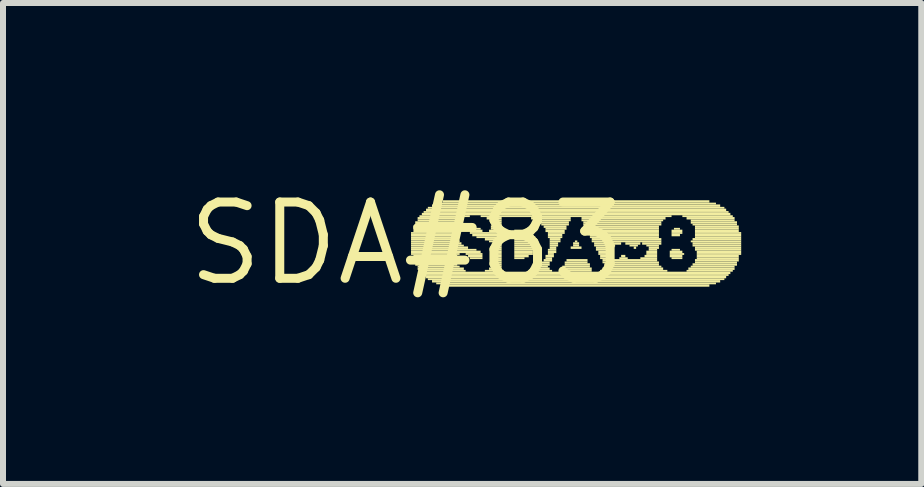
<source format=kicad_pcb>
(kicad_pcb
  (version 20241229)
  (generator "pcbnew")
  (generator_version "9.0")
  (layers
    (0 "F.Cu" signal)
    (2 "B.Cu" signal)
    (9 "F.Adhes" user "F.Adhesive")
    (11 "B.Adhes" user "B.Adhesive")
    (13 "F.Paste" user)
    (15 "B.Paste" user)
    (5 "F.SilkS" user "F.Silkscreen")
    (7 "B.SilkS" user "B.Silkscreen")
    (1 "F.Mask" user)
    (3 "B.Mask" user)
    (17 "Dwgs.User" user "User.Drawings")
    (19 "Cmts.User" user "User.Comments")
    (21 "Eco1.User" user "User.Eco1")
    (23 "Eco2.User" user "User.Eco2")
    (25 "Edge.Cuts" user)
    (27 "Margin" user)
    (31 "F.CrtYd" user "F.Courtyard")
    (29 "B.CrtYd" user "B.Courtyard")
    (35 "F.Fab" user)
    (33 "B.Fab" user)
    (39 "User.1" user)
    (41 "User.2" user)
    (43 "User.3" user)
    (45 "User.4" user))
  (footprint "SDA#83"
    (layer "F.Cu")
    (at 3.727 1.006)
    (property "Reference" "SDA#83" (at 0 0 0) (layer "F.SilkS") (effects (font (size 1.27 1.27) (thickness 0.15))))
    (fp_poly (pts (xy 0.07 -0.16) (xy 0.84 -0.16) (xy 0.84 -0.19) (xy 0.07 -0.19)) (stroke (width 0) (type default)) (fill yes) (layer "F.SilkS"))
    (fp_poly (pts (xy 0.07 -0.12) (xy 0.84 -0.12) (xy 0.84 -0.16) (xy 0.07 -0.16)) (stroke (width 0) (type default)) (fill yes) (layer "F.SilkS"))
    (fp_poly (pts (xy 0.07 -0.09) (xy 0.84 -0.09) (xy 0.84 -0.12) (xy 0.07 -0.12)) (stroke (width 0) (type default)) (fill yes) (layer "F.SilkS"))
    (fp_poly (pts (xy 0.07 -0.05) (xy 0.84 -0.05) (xy 0.84 -0.09) (xy 0.07 -0.09)) (stroke (width 0) (type default)) (fill yes) (layer "F.SilkS"))
    (fp_poly (pts (xy 0.07 -0.02) (xy 0.88 -0.02) (xy 0.88 -0.05) (xy 0.07 -0.05)) (stroke (width 0) (type default)) (fill yes) (layer "F.SilkS"))
    (fp_poly (pts (xy 0.07 0.02) (xy 0.91 0.02) (xy 0.91 -0.02) (xy 0.07 -0.02)) (stroke (width 0) (type default)) (fill yes) (layer "F.SilkS"))
    (fp_poly (pts (xy 0.07 0.05) (xy 0.95 0.05) (xy 0.95 0.02) (xy 0.07 0.02)) (stroke (width 0) (type default)) (fill yes) (layer "F.SilkS"))
    (fp_poly (pts (xy 0.07 0.09) (xy 1.02 0.09) (xy 1.02 0.05) (xy 0.07 0.05)) (stroke (width 0) (type default)) (fill yes) (layer "F.SilkS"))
    (fp_poly (pts (xy 0.07 0.12) (xy 1.16 0.12) (xy 1.16 0.09) (xy 0.07 0.09)) (stroke (width 0) (type default)) (fill yes) (layer "F.SilkS"))
    (fp_poly (pts (xy 0.07 0.16) (xy 1.23 0.16) (xy 1.23 0.12) (xy 0.07 0.12)) (stroke (width 0) (type default)) (fill yes) (layer "F.SilkS"))
    (fp_poly (pts (xy 0.07 0.19) (xy 0.88 0.19) (xy 0.88 0.16) (xy 0.07 0.16)) (stroke (width 0) (type default)) (fill yes) (layer "F.SilkS"))
    (fp_poly (pts (xy 0.11 -0.26) (xy 0.84 -0.26) (xy 0.84 -0.3) (xy 0.11 -0.3)) (stroke (width 0) (type default)) (fill yes) (layer "F.SilkS"))
    (fp_poly (pts (xy 0.11 -0.23) (xy 0.84 -0.23) (xy 0.84 -0.26) (xy 0.11 -0.26)) (stroke (width 0) (type default)) (fill yes) (layer "F.SilkS"))
    (fp_poly (pts (xy 0.11 -0.19) (xy 0.84 -0.19) (xy 0.84 -0.23) (xy 0.11 -0.23)) (stroke (width 0) (type default)) (fill yes) (layer "F.SilkS"))
    (fp_poly (pts (xy 0.11 0.23) (xy 0.84 0.23) (xy 0.84 0.19) (xy 0.11 0.19)) (stroke (width 0) (type default)) (fill yes) (layer "F.SilkS"))
    (fp_poly (pts (xy 0.11 0.26) (xy 0.84 0.26) (xy 0.84 0.23) (xy 0.11 0.23)) (stroke (width 0) (type default)) (fill yes) (layer "F.SilkS"))
    (fp_poly (pts (xy 0.11 0.3) (xy 0.81 0.3) (xy 0.81 0.26) (xy 0.11 0.26)) (stroke (width 0) (type default)) (fill yes) (layer "F.SilkS"))
    (fp_poly (pts (xy 0.14 -0.33) (xy 0.88 -0.33) (xy 0.88 -0.37) (xy 0.14 -0.37)) (stroke (width 0) (type default)) (fill yes) (layer "F.SilkS"))
    (fp_poly (pts (xy 0.14 -0.3) (xy 0.88 -0.3) (xy 0.88 -0.33) (xy 0.14 -0.33)) (stroke (width 0) (type default)) (fill yes) (layer "F.SilkS"))
    (fp_poly (pts (xy 0.14 0.33) (xy 0.84 0.33) (xy 0.84 0.3) (xy 0.14 0.3)) (stroke (width 0) (type default)) (fill yes) (layer "F.SilkS"))
    (fp_poly (pts (xy 0.14 0.37) (xy 0.84 0.37) (xy 0.84 0.33) (xy 0.14 0.33)) (stroke (width 0) (type default)) (fill yes) (layer "F.SilkS"))
    (fp_poly (pts (xy 0.18 -0.4) (xy 0.95 -0.4) (xy 0.95 -0.44) (xy 0.18 -0.44)) (stroke (width 0) (type default)) (fill yes) (layer "F.SilkS"))
    (fp_poly (pts (xy 0.18 -0.37) (xy 0.91 -0.37) (xy 0.91 -0.4) (xy 0.18 -0.4)) (stroke (width 0) (type default)) (fill yes) (layer "F.SilkS"))
    (fp_poly (pts (xy 0.18 0.4) (xy 0.88 0.4) (xy 0.88 0.37) (xy 0.18 0.37)) (stroke (width 0) (type default)) (fill yes) (layer "F.SilkS"))
    (fp_poly (pts (xy 0.18 0.44) (xy 0.95 0.44) (xy 0.95 0.4) (xy 0.18 0.4)) (stroke (width 0) (type default)) (fill yes) (layer "F.SilkS"))
    (fp_poly (pts (xy 0.21 -0.44) (xy 1.05 -0.44) (xy 1.05 -0.47) (xy 0.21 -0.47)) (stroke (width 0) (type default)) (fill yes) (layer "F.SilkS"))
    (fp_poly (pts (xy 0.21 0.47) (xy 0.98 0.47) (xy 0.98 0.44) (xy 0.21 0.44)) (stroke (width 0) (type default)) (fill yes) (layer "F.SilkS"))
    (fp_poly (pts (xy 0.25 -0.47) (xy 5.39 -0.47) (xy 5.39 -0.51) (xy 0.25 -0.51)) (stroke (width 0) (type default)) (fill yes) (layer "F.SilkS"))
    (fp_poly (pts (xy 0.25 0.51) (xy 5.39 0.51) (xy 5.39 0.47) (xy 0.25 0.47)) (stroke (width 0) (type default)) (fill yes) (layer "F.SilkS"))
    (fp_poly (pts (xy 0.28 -0.51) (xy 5.36 -0.51) (xy 5.36 -0.54) (xy 0.28 -0.54)) (stroke (width 0) (type default)) (fill yes) (layer "F.SilkS"))
    (fp_poly (pts (xy 0.28 0.54) (xy 5.36 0.54) (xy 5.36 0.51) (xy 0.28 0.51)) (stroke (width 0) (type default)) (fill yes) (layer "F.SilkS"))
    (fp_poly (pts (xy 0.32 -0.54) (xy 5.32 -0.54) (xy 5.32 -0.58) (xy 0.32 -0.58)) (stroke (width 0) (type default)) (fill yes) (layer "F.SilkS"))
    (fp_poly (pts (xy 0.32 0.58) (xy 5.32 0.58) (xy 5.32 0.54) (xy 0.32 0.54)) (stroke (width 0) (type default)) (fill yes) (layer "F.SilkS"))
    (fp_poly (pts (xy 0.35 -0.58) (xy 5.29 -0.58) (xy 5.29 -0.61) (xy 0.35 -0.61)) (stroke (width 0) (type default)) (fill yes) (layer "F.SilkS"))
    (fp_poly (pts (xy 0.35 0.61) (xy 5.29 0.61) (xy 5.29 0.58) (xy 0.35 0.58)) (stroke (width 0) (type default)) (fill yes) (layer "F.SilkS"))
    (fp_poly (pts (xy 0.42 -0.61) (xy 5.22 -0.61) (xy 5.22 -0.65) (xy 0.42 -0.65)) (stroke (width 0) (type default)) (fill yes) (layer "F.SilkS"))
    (fp_poly (pts (xy 0.42 0.65) (xy 5.22 0.65) (xy 5.22 0.61) (xy 0.42 0.61)) (stroke (width 0) (type default)) (fill yes) (layer "F.SilkS"))
    (fp_poly (pts (xy 0.49 -0.65) (xy 5.15 -0.65) (xy 5.15 -0.68) (xy 0.49 -0.68)) (stroke (width 0) (type default)) (fill yes) (layer "F.SilkS"))
    (fp_poly (pts (xy 0.49 0.68) (xy 5.15 0.68) (xy 5.15 0.65) (xy 0.49 0.65)) (stroke (width 0) (type default)) (fill yes) (layer "F.SilkS"))
    (fp_poly (pts (xy 0.6 -0.68) (xy 5.04 -0.68) (xy 5.04 -0.72) (xy 0.6 -0.72)) (stroke (width 0) (type default)) (fill yes) (layer "F.SilkS"))
    (fp_poly (pts (xy 0.6 0.72) (xy 5.04 0.72) (xy 5.04 0.68) (xy 0.6 0.68)) (stroke (width 0) (type default)) (fill yes) (layer "F.SilkS"))
    (fp_poly (pts (xy 0.98 0.19) (xy 1.26 0.19) (xy 1.26 0.16) (xy 0.98 0.16)) (stroke (width 0) (type default)) (fill yes) (layer "F.SilkS"))
    (fp_poly (pts (xy 1.02 0.23) (xy 1.26 0.23) (xy 1.26 0.19) (xy 1.02 0.19)) (stroke (width 0) (type default)) (fill yes) (layer "F.SilkS"))
    (fp_poly (pts (xy 1.05 -0.19) (xy 1.26 -0.19) (xy 1.26 -0.23) (xy 1.05 -0.23)) (stroke (width 0) (type default)) (fill yes) (layer "F.SilkS"))
    (fp_poly (pts (xy 1.05 -0.16) (xy 1.58 -0.16) (xy 1.58 -0.19) (xy 1.05 -0.19)) (stroke (width 0) (type default)) (fill yes) (layer "F.SilkS"))
    (fp_poly (pts (xy 1.05 0.26) (xy 1.26 0.26) (xy 1.26 0.23) (xy 1.05 0.23)) (stroke (width 0) (type default)) (fill yes) (layer "F.SilkS"))
    (fp_poly (pts (xy 1.09 -0.23) (xy 1.23 -0.23) (xy 1.23 -0.26) (xy 1.09 -0.26)) (stroke (width 0) (type default)) (fill yes) (layer "F.SilkS"))
    (fp_poly (pts (xy 1.09 -0.12) (xy 1.58 -0.12) (xy 1.58 -0.16) (xy 1.09 -0.16)) (stroke (width 0) (type default)) (fill yes) (layer "F.SilkS"))
    (fp_poly (pts (xy 1.16 -0.09) (xy 1.58 -0.09) (xy 1.58 -0.12) (xy 1.16 -0.12)) (stroke (width 0) (type default)) (fill yes) (layer "F.SilkS"))
    (fp_poly (pts (xy 1.23 -0.44) (xy 4.41 -0.44) (xy 4.41 -0.47) (xy 1.23 -0.47)) (stroke (width 0) (type default)) (fill yes) (layer "F.SilkS"))
    (fp_poly (pts (xy 1.3 -0.05) (xy 1.58 -0.05) (xy 1.58 -0.09) (xy 1.3 -0.09)) (stroke (width 0) (type default)) (fill yes) (layer "F.SilkS"))
    (fp_poly (pts (xy 1.3 0.47) (xy 1.61 0.47) (xy 1.61 0.44) (xy 1.3 0.44)) (stroke (width 0) (type default)) (fill yes) (layer "F.SilkS"))
    (fp_poly (pts (xy 1.33 -0.4) (xy 1.58 -0.4) (xy 1.58 -0.44) (xy 1.33 -0.44)) (stroke (width 0) (type default)) (fill yes) (layer "F.SilkS"))
    (fp_poly (pts (xy 1.37 -0.19) (xy 1.58 -0.19) (xy 1.58 -0.23) (xy 1.37 -0.23)) (stroke (width 0) (type default)) (fill yes) (layer "F.SilkS"))
    (fp_poly (pts (xy 1.37 -0.02) (xy 1.58 -0.02) (xy 1.58 -0.05) (xy 1.37 -0.05)) (stroke (width 0) (type default)) (fill yes) (layer "F.SilkS"))
    (fp_poly (pts (xy 1.37 0.44) (xy 1.58 0.44) (xy 1.58 0.4) (xy 1.37 0.4)) (stroke (width 0) (type default)) (fill yes) (layer "F.SilkS"))
    (fp_poly (pts (xy 1.4 -0.37) (xy 1.58 -0.37) (xy 1.58 -0.4) (xy 1.4 -0.4)) (stroke (width 0) (type default)) (fill yes) (layer "F.SilkS"))
    (fp_poly (pts (xy 1.4 -0.26) (xy 1.58 -0.26) (xy 1.58 -0.3) (xy 1.4 -0.3)) (stroke (width 0) (type default)) (fill yes) (layer "F.SilkS"))
    (fp_poly (pts (xy 1.4 -0.23) (xy 1.58 -0.23) (xy 1.58 -0.26) (xy 1.4 -0.26)) (stroke (width 0) (type default)) (fill yes) (layer "F.SilkS"))
    (fp_poly (pts (xy 1.4 0.4) (xy 1.58 0.4) (xy 1.58 0.37) (xy 1.4 0.37)) (stroke (width 0) (type default)) (fill yes) (layer "F.SilkS"))
    (fp_poly (pts (xy 1.44 -0.33) (xy 1.58 -0.33) (xy 1.58 -0.37) (xy 1.44 -0.37)) (stroke (width 0) (type default)) (fill yes) (layer "F.SilkS"))
    (fp_poly (pts (xy 1.44 -0.3) (xy 1.58 -0.3) (xy 1.58 -0.33) (xy 1.44 -0.33)) (stroke (width 0) (type default)) (fill yes) (layer "F.SilkS"))
    (fp_poly (pts (xy 1.44 0.02) (xy 1.58 0.02) (xy 1.58 -0.02) (xy 1.44 -0.02)) (stroke (width 0) (type default)) (fill yes) (layer "F.SilkS"))
    (fp_poly (pts (xy 1.44 0.05) (xy 1.58 0.05) (xy 1.58 0.02) (xy 1.44 0.02)) (stroke (width 0) (type default)) (fill yes) (layer "F.SilkS"))
    (fp_poly (pts (xy 1.44 0.37) (xy 1.58 0.37) (xy 1.58 0.33) (xy 1.44 0.33)) (stroke (width 0) (type default)) (fill yes) (layer "F.SilkS"))
    (fp_poly (pts (xy 1.47 0.09) (xy 1.58 0.09) (xy 1.58 0.05) (xy 1.47 0.05)) (stroke (width 0) (type default)) (fill yes) (layer "F.SilkS"))
    (fp_poly (pts (xy 1.47 0.12) (xy 1.58 0.12) (xy 1.58 0.09) (xy 1.47 0.09)) (stroke (width 0) (type default)) (fill yes) (layer "F.SilkS"))
    (fp_poly (pts (xy 1.47 0.16) (xy 1.58 0.16) (xy 1.58 0.12) (xy 1.47 0.12)) (stroke (width 0) (type default)) (fill yes) (layer "F.SilkS"))
    (fp_poly (pts (xy 1.47 0.19) (xy 1.58 0.19) (xy 1.58 0.16) (xy 1.47 0.16)) (stroke (width 0) (type default)) (fill yes) (layer "F.SilkS"))
    (fp_poly (pts (xy 1.47 0.23) (xy 1.58 0.23) (xy 1.58 0.19) (xy 1.47 0.19)) (stroke (width 0) (type default)) (fill yes) (layer "F.SilkS"))
    (fp_poly (pts (xy 1.47 0.26) (xy 1.58 0.26) (xy 1.58 0.23) (xy 1.47 0.23)) (stroke (width 0) (type default)) (fill yes) (layer "F.SilkS"))
    (fp_poly (pts (xy 1.47 0.3) (xy 1.58 0.3) (xy 1.58 0.26) (xy 1.47 0.26)) (stroke (width 0) (type default)) (fill yes) (layer "F.SilkS"))
    (fp_poly (pts (xy 1.47 0.33) (xy 1.58 0.33) (xy 1.58 0.3) (xy 1.47 0.3)) (stroke (width 0) (type default)) (fill yes) (layer "F.SilkS"))
    (fp_poly (pts (xy 1.79 -0.19) (xy 2 -0.19) (xy 2 -0.23) (xy 1.79 -0.23)) (stroke (width 0) (type default)) (fill yes) (layer "F.SilkS"))
    (fp_poly (pts (xy 1.79 -0.16) (xy 2.07 -0.16) (xy 2.07 -0.19) (xy 1.79 -0.19)) (stroke (width 0) (type default)) (fill yes) (layer "F.SilkS"))
    (fp_poly (pts (xy 1.79 -0.12) (xy 2.1 -0.12) (xy 2.1 -0.16) (xy 1.79 -0.16)) (stroke (width 0) (type default)) (fill yes) (layer "F.SilkS"))
    (fp_poly (pts (xy 1.79 -0.09) (xy 2.14 -0.09) (xy 2.14 -0.12) (xy 1.79 -0.12)) (stroke (width 0) (type default)) (fill yes) (layer "F.SilkS"))
    (fp_poly (pts (xy 1.79 -0.05) (xy 2.14 -0.05) (xy 2.14 -0.09) (xy 1.79 -0.09)) (stroke (width 0) (type default)) (fill yes) (layer "F.SilkS"))
    (fp_poly (pts (xy 1.79 -0.02) (xy 2.14 -0.02) (xy 2.14 -0.05) (xy 1.79 -0.05)) (stroke (width 0) (type default)) (fill yes) (layer "F.SilkS"))
    (fp_poly (pts (xy 1.79 0.02) (xy 2.14 0.02) (xy 2.14 -0.02) (xy 1.79 -0.02)) (stroke (width 0) (type default)) (fill yes) (layer "F.SilkS"))
    (fp_poly (pts (xy 1.79 0.05) (xy 2.14 0.05) (xy 2.14 0.02) (xy 1.79 0.02)) (stroke (width 0) (type default)) (fill yes) (layer "F.SilkS"))
    (fp_poly (pts (xy 1.79 0.09) (xy 2.14 0.09) (xy 2.14 0.05) (xy 1.79 0.05)) (stroke (width 0) (type default)) (fill yes) (layer "F.SilkS"))
    (fp_poly (pts (xy 1.79 0.12) (xy 2.14 0.12) (xy 2.14 0.09) (xy 1.79 0.09)) (stroke (width 0) (type default)) (fill yes) (layer "F.SilkS"))
    (fp_poly (pts (xy 1.79 0.16) (xy 2.1 0.16) (xy 2.1 0.12) (xy 1.79 0.12)) (stroke (width 0) (type default)) (fill yes) (layer "F.SilkS"))
    (fp_poly (pts (xy 1.79 0.19) (xy 2.1 0.19) (xy 2.1 0.16) (xy 1.79 0.16)) (stroke (width 0) (type default)) (fill yes) (layer "F.SilkS"))
    (fp_poly (pts (xy 1.79 0.23) (xy 2.03 0.23) (xy 2.03 0.19) (xy 1.79 0.19)) (stroke (width 0) (type default)) (fill yes) (layer "F.SilkS"))
    (fp_poly (pts (xy 1.79 0.26) (xy 1.96 0.26) (xy 1.96 0.23) (xy 1.79 0.23)) (stroke (width 0) (type default)) (fill yes) (layer "F.SilkS"))
    (fp_poly (pts (xy 2.03 0.47) (xy 2.42 0.47) (xy 2.42 0.44) (xy 2.03 0.44)) (stroke (width 0) (type default)) (fill yes) (layer "F.SilkS"))
    (fp_poly (pts (xy 2.07 -0.4) (xy 2.73 -0.4) (xy 2.73 -0.44) (xy 2.07 -0.44)) (stroke (width 0) (type default)) (fill yes) (layer "F.SilkS"))
    (fp_poly (pts (xy 2.14 -0.37) (xy 2.73 -0.37) (xy 2.73 -0.4) (xy 2.14 -0.4)) (stroke (width 0) (type default)) (fill yes) (layer "F.SilkS"))
    (fp_poly (pts (xy 2.14 0.44) (xy 2.38 0.44) (xy 2.38 0.4) (xy 2.14 0.4)) (stroke (width 0) (type default)) (fill yes) (layer "F.SilkS"))
    (fp_poly (pts (xy 2.17 0.4) (xy 2.35 0.4) (xy 2.35 0.37) (xy 2.17 0.37)) (stroke (width 0) (type default)) (fill yes) (layer "F.SilkS"))
    (fp_poly (pts (xy 2.21 -0.33) (xy 2.7 -0.33) (xy 2.7 -0.37) (xy 2.21 -0.37)) (stroke (width 0) (type default)) (fill yes) (layer "F.SilkS"))
    (fp_poly (pts (xy 2.21 0.37) (xy 2.38 0.37) (xy 2.38 0.33) (xy 2.21 0.33)) (stroke (width 0) (type default)) (fill yes) (layer "F.SilkS"))
    (fp_poly (pts (xy 2.24 -0.3) (xy 2.7 -0.3) (xy 2.7 -0.33) (xy 2.24 -0.33)) (stroke (width 0) (type default)) (fill yes) (layer "F.SilkS"))
    (fp_poly (pts (xy 2.24 0.33) (xy 2.38 0.33) (xy 2.38 0.3) (xy 2.24 0.3)) (stroke (width 0) (type default)) (fill yes) (layer "F.SilkS"))
    (fp_poly (pts (xy 2.28 -0.26) (xy 2.66 -0.26) (xy 2.66 -0.3) (xy 2.28 -0.3)) (stroke (width 0) (type default)) (fill yes) (layer "F.SilkS"))
    (fp_poly (pts (xy 2.28 0.3) (xy 2.42 0.3) (xy 2.42 0.26) (xy 2.28 0.26)) (stroke (width 0) (type default)) (fill yes) (layer "F.SilkS"))
    (fp_poly (pts (xy 2.31 -0.23) (xy 2.66 -0.23) (xy 2.66 -0.26) (xy 2.31 -0.26)) (stroke (width 0) (type default)) (fill yes) (layer "F.SilkS"))
    (fp_poly (pts (xy 2.31 -0.19) (xy 2.63 -0.19) (xy 2.63 -0.23) (xy 2.31 -0.23)) (stroke (width 0) (type default)) (fill yes) (layer "F.SilkS"))
    (fp_poly (pts (xy 2.31 0.23) (xy 2.45 0.23) (xy 2.45 0.19) (xy 2.31 0.19)) (stroke (width 0) (type default)) (fill yes) (layer "F.SilkS"))
    (fp_poly (pts (xy 2.31 0.26) (xy 2.42 0.26) (xy 2.42 0.23) (xy 2.31 0.23)) (stroke (width 0) (type default)) (fill yes) (layer "F.SilkS"))
    (fp_poly (pts (xy 2.35 -0.16) (xy 2.63 -0.16) (xy 2.63 -0.19) (xy 2.35 -0.19)) (stroke (width 0) (type default)) (fill yes) (layer "F.SilkS"))
    (fp_poly (pts (xy 2.35 -0.12) (xy 2.59 -0.12) (xy 2.59 -0.16) (xy 2.35 -0.16)) (stroke (width 0) (type default)) (fill yes) (layer "F.SilkS"))
    (fp_poly (pts (xy 2.35 -0.09) (xy 2.59 -0.09) (xy 2.59 -0.12) (xy 2.35 -0.12)) (stroke (width 0) (type default)) (fill yes) (layer "F.SilkS"))
    (fp_poly (pts (xy 2.35 0.12) (xy 2.49 0.12) (xy 2.49 0.09) (xy 2.35 0.09)) (stroke (width 0) (type default)) (fill yes) (layer "F.SilkS"))
    (fp_poly (pts (xy 2.35 0.16) (xy 2.49 0.16) (xy 2.49 0.12) (xy 2.35 0.12)) (stroke (width 0) (type default)) (fill yes) (layer "F.SilkS"))
    (fp_poly (pts (xy 2.35 0.19) (xy 2.45 0.19) (xy 2.45 0.16) (xy 2.35 0.16)) (stroke (width 0) (type default)) (fill yes) (layer "F.SilkS"))
    (fp_poly (pts (xy 2.38 -0.05) (xy 2.56 -0.05) (xy 2.56 -0.09) (xy 2.38 -0.09)) (stroke (width 0) (type default)) (fill yes) (layer "F.SilkS"))
    (fp_poly (pts (xy 2.38 -0.02) (xy 2.56 -0.02) (xy 2.56 -0.05) (xy 2.38 -0.05)) (stroke (width 0) (type default)) (fill yes) (layer "F.SilkS"))
    (fp_poly (pts (xy 2.38 0.02) (xy 2.52 0.02) (xy 2.52 -0.02) (xy 2.38 -0.02)) (stroke (width 0) (type default)) (fill yes) (layer "F.SilkS"))
    (fp_poly (pts (xy 2.38 0.05) (xy 2.52 0.05) (xy 2.52 0.02) (xy 2.38 0.02)) (stroke (width 0) (type default)) (fill yes) (layer "F.SilkS"))
    (fp_poly (pts (xy 2.38 0.09) (xy 2.49 0.09) (xy 2.49 0.05) (xy 2.38 0.05)) (stroke (width 0) (type default)) (fill yes) (layer "F.SilkS"))
    (fp_poly (pts (xy 2.56 0.47) (xy 3.08 0.47) (xy 3.08 0.44) (xy 2.56 0.44)) (stroke (width 0) (type default)) (fill yes) (layer "F.SilkS"))
    (fp_poly (pts (xy 2.59 0.4) (xy 3.05 0.4) (xy 3.05 0.37) (xy 2.59 0.37)) (stroke (width 0) (type default)) (fill yes) (layer "F.SilkS"))
    (fp_poly (pts (xy 2.59 0.44) (xy 3.08 0.44) (xy 3.08 0.4) (xy 2.59 0.4)) (stroke (width 0) (type default)) (fill yes) (layer "F.SilkS"))
    (fp_poly (pts (xy 2.63 0.33) (xy 3.01 0.33) (xy 3.01 0.3) (xy 2.63 0.3)) (stroke (width 0) (type default)) (fill yes) (layer "F.SilkS"))
    (fp_poly (pts (xy 2.63 0.37) (xy 3.05 0.37) (xy 3.05 0.33) (xy 2.63 0.33)) (stroke (width 0) (type default)) (fill yes) (layer "F.SilkS"))
    (fp_poly (pts (xy 2.66 0.3) (xy 3.01 0.3) (xy 3.01 0.26) (xy 2.66 0.26)) (stroke (width 0) (type default)) (fill yes) (layer "F.SilkS"))
    (fp_poly (pts (xy 2.73 0.09) (xy 2.91 0.09) (xy 2.91 0.05) (xy 2.73 0.05)) (stroke (width 0) (type default)) (fill yes) (layer "F.SilkS"))
    (fp_poly (pts (xy 2.77 0.02) (xy 2.87 0.02) (xy 2.87 -0.02) (xy 2.77 -0.02)) (stroke (width 0) (type default)) (fill yes) (layer "F.SilkS"))
    (fp_poly (pts (xy 2.77 0.05) (xy 2.87 0.05) (xy 2.87 0.02) (xy 2.77 0.02)) (stroke (width 0) (type default)) (fill yes) (layer "F.SilkS"))
    (fp_poly (pts (xy 2.8 -0.02) (xy 2.84 -0.02) (xy 2.84 -0.05) (xy 2.8 -0.05)) (stroke (width 0) (type default)) (fill yes) (layer "F.SilkS"))
    (fp_poly (pts (xy 2.91 -0.4) (xy 4.31 -0.4) (xy 4.31 -0.44) (xy 2.91 -0.44)) (stroke (width 0) (type default)) (fill yes) (layer "F.SilkS"))
    (fp_poly (pts (xy 2.91 -0.37) (xy 4.27 -0.37) (xy 4.27 -0.4) (xy 2.91 -0.4)) (stroke (width 0) (type default)) (fill yes) (layer "F.SilkS"))
    (fp_poly (pts (xy 2.94 -0.33) (xy 4.24 -0.33) (xy 4.24 -0.37) (xy 2.94 -0.37)) (stroke (width 0) (type default)) (fill yes) (layer "F.SilkS"))
    (fp_poly (pts (xy 2.94 -0.3) (xy 4.24 -0.3) (xy 4.24 -0.33) (xy 2.94 -0.33)) (stroke (width 0) (type default)) (fill yes) (layer "F.SilkS"))
    (fp_poly (pts (xy 2.98 -0.26) (xy 4.2 -0.26) (xy 4.2 -0.3) (xy 2.98 -0.3)) (stroke (width 0) (type default)) (fill yes) (layer "F.SilkS"))
    (fp_poly (pts (xy 2.98 -0.23) (xy 4.2 -0.23) (xy 4.2 -0.26) (xy 2.98 -0.26)) (stroke (width 0) (type default)) (fill yes) (layer "F.SilkS"))
    (fp_poly (pts (xy 3.01 -0.19) (xy 4.2 -0.19) (xy 4.2 -0.23) (xy 3.01 -0.23)) (stroke (width 0) (type default)) (fill yes) (layer "F.SilkS"))
    (fp_poly (pts (xy 3.01 -0.16) (xy 4.2 -0.16) (xy 4.2 -0.19) (xy 3.01 -0.19)) (stroke (width 0) (type default)) (fill yes) (layer "F.SilkS"))
    (fp_poly (pts (xy 3.05 -0.12) (xy 4.2 -0.12) (xy 4.2 -0.16) (xy 3.05 -0.16)) (stroke (width 0) (type default)) (fill yes) (layer "F.SilkS"))
    (fp_poly (pts (xy 3.05 -0.09) (xy 4.2 -0.09) (xy 4.2 -0.12) (xy 3.05 -0.12)) (stroke (width 0) (type default)) (fill yes) (layer "F.SilkS"))
    (fp_poly (pts (xy 3.08 -0.05) (xy 4.24 -0.05) (xy 4.24 -0.09) (xy 3.08 -0.09)) (stroke (width 0) (type default)) (fill yes) (layer "F.SilkS"))
    (fp_poly (pts (xy 3.08 -0.02) (xy 4.24 -0.02) (xy 4.24 -0.05) (xy 3.08 -0.05)) (stroke (width 0) (type default)) (fill yes) (layer "F.SilkS"))
    (fp_poly (pts (xy 3.12 0.02) (xy 3.57 0.02) (xy 3.57 -0.02) (xy 3.12 -0.02)) (stroke (width 0) (type default)) (fill yes) (layer "F.SilkS"))
    (fp_poly (pts (xy 3.12 0.05) (xy 3.47 0.05) (xy 3.47 0.02) (xy 3.12 0.02)) (stroke (width 0) (type default)) (fill yes) (layer "F.SilkS"))
    (fp_poly (pts (xy 3.15 0.09) (xy 3.43 0.09) (xy 3.43 0.05) (xy 3.15 0.05)) (stroke (width 0) (type default)) (fill yes) (layer "F.SilkS"))
    (fp_poly (pts (xy 3.15 0.12) (xy 3.4 0.12) (xy 3.4 0.09) (xy 3.15 0.09)) (stroke (width 0) (type default)) (fill yes) (layer "F.SilkS"))
    (fp_poly (pts (xy 3.19 0.16) (xy 3.36 0.16) (xy 3.36 0.12) (xy 3.19 0.12)) (stroke (width 0) (type default)) (fill yes) (layer "F.SilkS"))
    (fp_poly (pts (xy 3.19 0.19) (xy 3.36 0.19) (xy 3.36 0.16) (xy 3.19 0.16)) (stroke (width 0) (type default)) (fill yes) (layer "F.SilkS"))
    (fp_poly (pts (xy 3.22 0.23) (xy 3.4 0.23) (xy 3.4 0.19) (xy 3.22 0.19)) (stroke (width 0) (type default)) (fill yes) (layer "F.SilkS"))
    (fp_poly (pts (xy 3.22 0.26) (xy 3.43 0.26) (xy 3.43 0.23) (xy 3.22 0.23)) (stroke (width 0) (type default)) (fill yes) (layer "F.SilkS"))
    (fp_poly (pts (xy 3.22 0.47) (xy 4.34 0.47) (xy 4.34 0.44) (xy 3.22 0.44)) (stroke (width 0) (type default)) (fill yes) (layer "F.SilkS"))
    (fp_poly (pts (xy 3.26 0.3) (xy 4.17 0.3) (xy 4.17 0.26) (xy 3.26 0.26)) (stroke (width 0) (type default)) (fill yes) (layer "F.SilkS"))
    (fp_poly (pts (xy 3.26 0.33) (xy 4.2 0.33) (xy 4.2 0.3) (xy 3.26 0.3)) (stroke (width 0) (type default)) (fill yes) (layer "F.SilkS"))
    (fp_poly (pts (xy 3.26 0.44) (xy 4.27 0.44) (xy 4.27 0.4) (xy 3.26 0.4)) (stroke (width 0) (type default)) (fill yes) (layer "F.SilkS"))
    (fp_poly (pts (xy 3.29 0.37) (xy 4.2 0.37) (xy 4.2 0.33) (xy 3.29 0.33)) (stroke (width 0) (type default)) (fill yes) (layer "F.SilkS"))
    (fp_poly (pts (xy 3.29 0.4) (xy 4.24 0.4) (xy 4.24 0.37) (xy 3.29 0.37)) (stroke (width 0) (type default)) (fill yes) (layer "F.SilkS"))
    (fp_poly (pts (xy 3.54 0.26) (xy 3.68 0.26) (xy 3.68 0.23) (xy 3.54 0.23)) (stroke (width 0) (type default)) (fill yes) (layer "F.SilkS"))
    (fp_poly (pts (xy 3.57 0.23) (xy 3.64 0.23) (xy 3.64 0.19) (xy 3.57 0.19)) (stroke (width 0) (type default)) (fill yes) (layer "F.SilkS"))
    (fp_poly (pts (xy 3.64 0.02) (xy 3.89 0.02) (xy 3.89 -0.02) (xy 3.64 -0.02)) (stroke (width 0) (type default)) (fill yes) (layer "F.SilkS"))
    (fp_poly (pts (xy 3.71 0.05) (xy 3.85 0.05) (xy 3.85 0.02) (xy 3.71 0.02)) (stroke (width 0) (type default)) (fill yes) (layer "F.SilkS"))
    (fp_poly (pts (xy 3.78 0.09) (xy 3.82 0.09) (xy 3.82 0.05) (xy 3.78 0.05)) (stroke (width 0) (type default)) (fill yes) (layer "F.SilkS"))
    (fp_poly (pts (xy 3.89 0.26) (xy 4.17 0.26) (xy 4.17 0.23) (xy 3.89 0.23)) (stroke (width 0) (type default)) (fill yes) (layer "F.SilkS"))
    (fp_poly (pts (xy 3.92 0.02) (xy 4.24 0.02) (xy 4.24 -0.02) (xy 3.92 -0.02)) (stroke (width 0) (type default)) (fill yes) (layer "F.SilkS"))
    (fp_poly (pts (xy 3.96 0.23) (xy 4.17 0.23) (xy 4.17 0.19) (xy 3.96 0.19)) (stroke (width 0) (type default)) (fill yes) (layer "F.SilkS"))
    (fp_poly (pts (xy 3.99 0.05) (xy 4.2 0.05) (xy 4.2 0.02) (xy 3.99 0.02)) (stroke (width 0) (type default)) (fill yes) (layer "F.SilkS"))
    (fp_poly (pts (xy 3.99 0.16) (xy 4.17 0.16) (xy 4.17 0.12) (xy 3.99 0.12)) (stroke (width 0) (type default)) (fill yes) (layer "F.SilkS"))
    (fp_poly (pts (xy 3.99 0.19) (xy 4.17 0.19) (xy 4.17 0.16) (xy 3.99 0.16)) (stroke (width 0) (type default)) (fill yes) (layer "F.SilkS"))
    (fp_poly (pts (xy 4.03 0.09) (xy 4.2 0.09) (xy 4.2 0.05) (xy 4.03 0.05)) (stroke (width 0) (type default)) (fill yes) (layer "F.SilkS"))
    (fp_poly (pts (xy 4.03 0.12) (xy 4.17 0.12) (xy 4.17 0.09) (xy 4.03 0.09)) (stroke (width 0) (type default)) (fill yes) (layer "F.SilkS"))
    (fp_poly (pts (xy 4.38 0.16) (xy 4.59 0.16) (xy 4.59 0.12) (xy 4.38 0.12)) (stroke (width 0) (type default)) (fill yes) (layer "F.SilkS"))
    (fp_poly (pts (xy 4.38 0.19) (xy 4.62 0.19) (xy 4.62 0.16) (xy 4.38 0.16)) (stroke (width 0) (type default)) (fill yes) (layer "F.SilkS"))
    (fp_poly (pts (xy 4.38 0.23) (xy 4.59 0.23) (xy 4.59 0.19) (xy 4.38 0.19)) (stroke (width 0) (type default)) (fill yes) (layer "F.SilkS"))
    (fp_poly (pts (xy 4.41 -0.19) (xy 4.59 -0.19) (xy 4.59 -0.23) (xy 4.41 -0.23)) (stroke (width 0) (type default)) (fill yes) (layer "F.SilkS"))
    (fp_poly (pts (xy 4.41 -0.16) (xy 4.59 -0.16) (xy 4.59 -0.19) (xy 4.41 -0.19)) (stroke (width 0) (type default)) (fill yes) (layer "F.SilkS"))
    (fp_poly (pts (xy 4.41 -0.12) (xy 4.55 -0.12) (xy 4.55 -0.16) (xy 4.41 -0.16)) (stroke (width 0) (type default)) (fill yes) (layer "F.SilkS"))
    (fp_poly (pts (xy 4.41 0.12) (xy 4.55 0.12) (xy 4.55 0.09) (xy 4.41 0.09)) (stroke (width 0) (type default)) (fill yes) (layer "F.SilkS"))
    (fp_poly (pts (xy 4.41 0.26) (xy 4.59 0.26) (xy 4.59 0.23) (xy 4.41 0.23)) (stroke (width 0) (type default)) (fill yes) (layer "F.SilkS"))
    (fp_poly (pts (xy 4.45 -0.23) (xy 4.55 -0.23) (xy 4.55 -0.26) (xy 4.45 -0.26)) (stroke (width 0) (type default)) (fill yes) (layer "F.SilkS"))
    (fp_poly (pts (xy 4.59 -0.44) (xy 5.43 -0.44) (xy 5.43 -0.47) (xy 4.59 -0.47)) (stroke (width 0) (type default)) (fill yes) (layer "F.SilkS"))
    (fp_poly (pts (xy 4.66 -0.4) (xy 5.46 -0.4) (xy 5.46 -0.44) (xy 4.66 -0.44)) (stroke (width 0) (type default)) (fill yes) (layer "F.SilkS"))
    (fp_poly (pts (xy 4.66 0.47) (xy 5.43 0.47) (xy 5.43 0.44) (xy 4.66 0.44)) (stroke (width 0) (type default)) (fill yes) (layer "F.SilkS"))
    (fp_poly (pts (xy 4.69 0.44) (xy 5.46 0.44) (xy 5.46 0.4) (xy 4.69 0.4)) (stroke (width 0) (type default)) (fill yes) (layer "F.SilkS"))
    (fp_poly (pts (xy 4.73 -0.37) (xy 5.46 -0.37) (xy 5.46 -0.4) (xy 4.73 -0.4)) (stroke (width 0) (type default)) (fill yes) (layer "F.SilkS"))
    (fp_poly (pts (xy 4.73 -0.33) (xy 5.5 -0.33) (xy 5.5 -0.37) (xy 4.73 -0.37)) (stroke (width 0) (type default)) (fill yes) (layer "F.SilkS"))
    (fp_poly (pts (xy 4.73 -0.02) (xy 5.57 -0.02) (xy 5.57 -0.05) (xy 4.73 -0.05)) (stroke (width 0) (type default)) (fill yes) (layer "F.SilkS"))
    (fp_poly (pts (xy 4.73 0.4) (xy 5.46 0.4) (xy 5.46 0.37) (xy 4.73 0.37)) (stroke (width 0) (type default)) (fill yes) (layer "F.SilkS"))
    (fp_poly (pts (xy 4.76 -0.3) (xy 5.5 -0.3) (xy 5.5 -0.33) (xy 4.76 -0.33)) (stroke (width 0) (type default)) (fill yes) (layer "F.SilkS"))
    (fp_poly (pts (xy 4.76 -0.05) (xy 5.57 -0.05) (xy 5.57 -0.09) (xy 4.76 -0.09)) (stroke (width 0) (type default)) (fill yes) (layer "F.SilkS"))
    (fp_poly (pts (xy 4.76 0.02) (xy 5.57 0.02) (xy 5.57 -0.02) (xy 4.76 -0.02)) (stroke (width 0) (type default)) (fill yes) (layer "F.SilkS"))
    (fp_poly (pts (xy 4.76 0.05) (xy 5.57 0.05) (xy 5.57 0.02) (xy 4.76 0.02)) (stroke (width 0) (type default)) (fill yes) (layer "F.SilkS"))
    (fp_poly (pts (xy 4.76 0.37) (xy 5.5 0.37) (xy 5.5 0.33) (xy 4.76 0.33)) (stroke (width 0) (type default)) (fill yes) (layer "F.SilkS"))
    (fp_poly (pts (xy 4.8 -0.26) (xy 5.53 -0.26) (xy 5.53 -0.3) (xy 4.8 -0.3)) (stroke (width 0) (type default)) (fill yes) (layer "F.SilkS"))
    (fp_poly (pts (xy 4.8 -0.23) (xy 5.53 -0.23) (xy 5.53 -0.26) (xy 4.8 -0.26)) (stroke (width 0) (type default)) (fill yes) (layer "F.SilkS"))
    (fp_poly (pts (xy 4.8 -0.19) (xy 5.53 -0.19) (xy 5.53 -0.23) (xy 4.8 -0.23)) (stroke (width 0) (type default)) (fill yes) (layer "F.SilkS"))
    (fp_poly (pts (xy 4.8 -0.16) (xy 5.57 -0.16) (xy 5.57 -0.19) (xy 4.8 -0.19)) (stroke (width 0) (type default)) (fill yes) (layer "F.SilkS"))
    (fp_poly (pts (xy 4.8 -0.12) (xy 5.57 -0.12) (xy 5.57 -0.16) (xy 4.8 -0.16)) (stroke (width 0) (type default)) (fill yes) (layer "F.SilkS"))
    (fp_poly (pts (xy 4.8 -0.09) (xy 5.57 -0.09) (xy 5.57 -0.12) (xy 4.8 -0.12)) (stroke (width 0) (type default)) (fill yes) (layer "F.SilkS"))
    (fp_poly (pts (xy 4.8 0.09) (xy 5.57 0.09) (xy 5.57 0.05) (xy 4.8 0.05)) (stroke (width 0) (type default)) (fill yes) (layer "F.SilkS"))
    (fp_poly (pts (xy 4.8 0.12) (xy 5.57 0.12) (xy 5.57 0.09) (xy 4.8 0.09)) (stroke (width 0) (type default)) (fill yes) (layer "F.SilkS"))
    (fp_poly (pts (xy 4.8 0.3) (xy 5.53 0.3) (xy 5.53 0.26) (xy 4.8 0.26)) (stroke (width 0) (type default)) (fill yes) (layer "F.SilkS"))
    (fp_poly (pts (xy 4.8 0.33) (xy 5.5 0.33) (xy 5.5 0.3) (xy 4.8 0.3)) (stroke (width 0) (type default)) (fill yes) (layer "F.SilkS"))
    (fp_poly (pts (xy 4.83 0.16) (xy 5.57 0.16) (xy 5.57 0.12) (xy 4.83 0.12)) (stroke (width 0) (type default)) (fill yes) (layer "F.SilkS"))
    (fp_poly (pts (xy 4.83 0.19) (xy 5.57 0.19) (xy 5.57 0.16) (xy 4.83 0.16)) (stroke (width 0) (type default)) (fill yes) (layer "F.SilkS"))
    (fp_poly (pts (xy 4.83 0.23) (xy 5.53 0.23) (xy 5.53 0.19) (xy 4.83 0.19)) (stroke (width 0) (type default)) (fill yes) (layer "F.SilkS"))
    (fp_poly (pts (xy 4.83 0.26) (xy 5.53 0.26) (xy 5.53 0.23) (xy 4.83 0.23)) (stroke (width 0) (type default)) (fill yes) (layer "F.SilkS")))
  (gr_rect
    (start -3 -3)
    (end 12.297 5.012)
    (stroke (width 0.1) (type default))
    (fill no)
    (layer "Edge.Cuts")))
</source>
